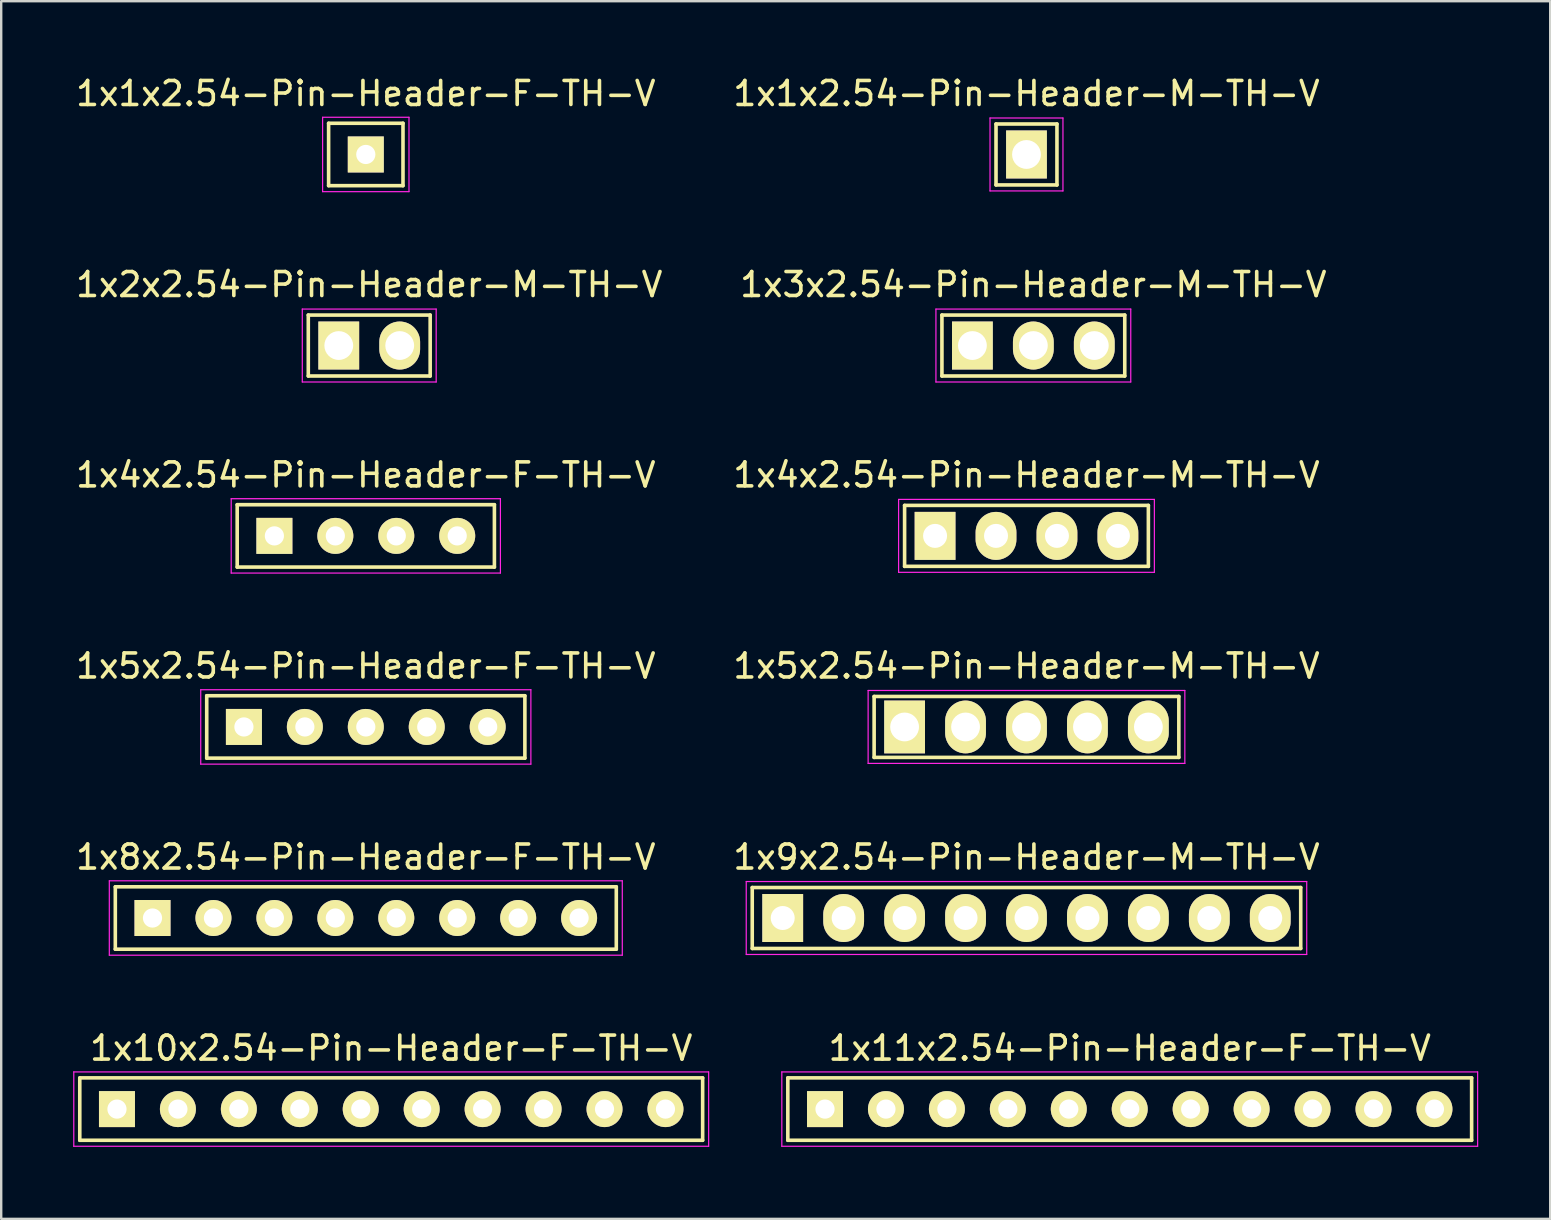
<source format=kicad_pcb>
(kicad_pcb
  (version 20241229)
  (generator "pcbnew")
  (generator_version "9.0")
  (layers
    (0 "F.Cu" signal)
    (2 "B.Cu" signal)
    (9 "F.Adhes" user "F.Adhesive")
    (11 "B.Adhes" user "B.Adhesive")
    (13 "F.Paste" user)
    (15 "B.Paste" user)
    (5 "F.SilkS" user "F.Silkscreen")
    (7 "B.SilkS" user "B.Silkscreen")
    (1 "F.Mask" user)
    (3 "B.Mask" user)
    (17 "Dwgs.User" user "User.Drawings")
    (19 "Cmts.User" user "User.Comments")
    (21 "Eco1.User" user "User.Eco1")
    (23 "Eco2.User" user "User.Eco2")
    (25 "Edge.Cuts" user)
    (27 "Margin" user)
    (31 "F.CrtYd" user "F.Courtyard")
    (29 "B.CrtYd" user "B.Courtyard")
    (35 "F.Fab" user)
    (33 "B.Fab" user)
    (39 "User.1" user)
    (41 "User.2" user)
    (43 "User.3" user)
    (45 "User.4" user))
  (footprint "1x3x2.54-Pin-Header-M-TH-V"
    (layer "F.Cu")
    (at 40.018 11.351)
    (property "Reference" "1x3x2.54-Pin-Header-M-TH-V" (at 0 -2.54 0) (layer "F.SilkS") (effects (font (size 1 1) (thickness 0.15))))
    (attr through_hole)
    (fp_line (start -3.81 -1.27) (end 3.81 -1.27) (stroke (width 0.15) (type solid)) (layer "F.SilkS"))
    (fp_line (start -3.81 1.27) (end -3.81 -1.27) (stroke (width 0.15) (type solid)) (layer "F.SilkS"))
    (fp_line (start 3.81 -1.27) (end 3.81 1.27) (stroke (width 0.15) (type solid)) (layer "F.SilkS"))
    (fp_line (start 3.81 1.27) (end -3.81 1.27) (stroke (width 0.15) (type solid)) (layer "F.SilkS"))
    (fp_line (start -4.06 -1.52) (end 4.06 -1.52) (stroke (width 0.05) (type solid)) (layer "F.CrtYd"))
    (fp_line (start -4.06 1.52) (end -4.06 -1.52) (stroke (width 0.05) (type solid)) (layer "F.CrtYd"))
    (fp_line (start 4.06 -1.52) (end 4.06 1.52) (stroke (width 0.05) (type solid)) (layer "F.CrtYd"))
    (fp_line (start 4.06 1.52) (end -4.06 1.52) (stroke (width 0.05) (type solid)) (layer "F.CrtYd"))
    (pad "1" thru_hole rect (at -2.54 0) (size 1.7 2) (drill 1.2) (layers "*.Cu" "*.Mask" "F.SilkS"))
    (pad "2" thru_hole oval (at 0 0) (size 1.7 2) (drill 1.2) (layers "*.Cu" "*.Mask" "F.SilkS"))
    (pad "3" thru_hole oval (at 2.54 0) (size 1.7 2) (drill 1.2) (layers "*.Cu" "*.Mask" "F.SilkS")))
  (footprint "1x1x2.54-Pin-Header-M-TH-V"
    (layer "F.Cu")
    (at 39.732 3.388)
    (property "Reference" "1x1x2.54-Pin-Header-M-TH-V" (at 0 -2.54 0) (layer "F.SilkS") (effects (font (size 1 1) (thickness 0.15))))
    (attr through_hole)
    (fp_line (start -1.27 -1.27) (end 1.27 -1.27) (stroke (width 0.15) (type solid)) (layer "F.SilkS"))
    (fp_line (start -1.27 1.27) (end -1.27 -1.27) (stroke (width 0.15) (type solid)) (layer "F.SilkS"))
    (fp_line (start 1.27 -1.27) (end 1.27 1.27) (stroke (width 0.15) (type solid)) (layer "F.SilkS"))
    (fp_line (start 1.27 1.27) (end -1.27 1.27) (stroke (width 0.15) (type solid)) (layer "F.SilkS"))
    (fp_line (start -1.52 -1.52) (end 1.52 -1.52) (stroke (width 0.05) (type solid)) (layer "F.CrtYd"))
    (fp_line (start -1.52 1.52) (end -1.52 -1.52) (stroke (width 0.05) (type solid)) (layer "F.CrtYd"))
    (fp_line (start 1.52 -1.52) (end 1.52 1.52) (stroke (width 0.05) (type solid)) (layer "F.CrtYd"))
    (fp_line (start 1.52 1.52) (end -1.52 1.52) (stroke (width 0.05) (type solid)) (layer "F.CrtYd"))
    (pad "1" thru_hole rect (at 0 0) (size 1.7 2) (drill 1.2) (layers "*.Cu" "*.Mask" "F.SilkS")))
  (footprint "1x10x2.54-Pin-Header-F-TH-V"
    (layer "F.Cu")
    (at 13.255 43.175)
    (property "Reference" "1x10x2.54-Pin-Header-F-TH-V" (at 0 -2.54 0) (layer "F.SilkS") (effects (font (size 1 1) (thickness 0.15))))
    (attr through_hole)
    (fp_line (start -12.98 -1.3) (end 12.98 -1.3) (stroke (width 0.15) (type solid)) (layer "F.SilkS"))
    (fp_line (start -12.98 1.3) (end -12.98 -1.3) (stroke (width 0.15) (type solid)) (layer "F.SilkS"))
    (fp_line (start 12.98 -1.3) (end 12.98 1.3) (stroke (width 0.15) (type solid)) (layer "F.SilkS"))
    (fp_line (start 12.98 1.3) (end -12.98 1.3) (stroke (width 0.15) (type solid)) (layer "F.SilkS"))
    (fp_line (start -13.23 -1.55) (end 13.23 -1.55) (stroke (width 0.05) (type solid)) (layer "F.CrtYd"))
    (fp_line (start -13.23 1.55) (end -13.23 -1.55) (stroke (width 0.05) (type solid)) (layer "F.CrtYd"))
    (fp_line (start 13.23 -1.55) (end 13.23 1.55) (stroke (width 0.05) (type solid)) (layer "F.CrtYd"))
    (fp_line (start 13.23 1.55) (end -13.23 1.55) (stroke (width 0.05) (type solid)) (layer "F.CrtYd"))
    (pad "1" thru_hole rect (at -11.43 0) (size 1.5 1.5) (drill 0.8) (layers "*.Cu" "*.Mask" "F.SilkS"))
    (pad "2" thru_hole circle (at -8.89 0) (size 1.5 1.5) (drill 0.8) (layers "*.Cu" "*.Mask" "F.SilkS"))
    (pad "3" thru_hole circle (at -6.35 0) (size 1.5 1.5) (drill 0.8) (layers "*.Cu" "*.Mask" "F.SilkS"))
    (pad "4" thru_hole circle (at -3.81 0) (size 1.5 1.5) (drill 0.8) (layers "*.Cu" "*.Mask" "F.SilkS"))
    (pad "5" thru_hole circle (at -1.27 0) (size 1.5 1.5) (drill 0.8) (layers "*.Cu" "*.Mask" "F.SilkS"))
    (pad "6" thru_hole circle (at 1.27 0) (size 1.5 1.5) (drill 0.8) (layers "*.Cu" "*.Mask" "F.SilkS"))
    (pad "7" thru_hole circle (at 3.81 0) (size 1.5 1.5) (drill 0.8) (layers "*.Cu" "*.Mask" "F.SilkS"))
    (pad "8" thru_hole circle (at 6.35 0) (size 1.5 1.5) (drill 0.8) (layers "*.Cu" "*.Mask" "F.SilkS"))
    (pad "9" thru_hole circle (at 8.89 0) (size 1.5 1.5) (drill 0.8) (layers "*.Cu" "*.Mask" "F.SilkS"))
    (pad "10" thru_hole circle (at 11.43 0) (size 1.5 1.5) (drill 0.8) (layers "*.Cu" "*.Mask" "F.SilkS")))
  (footprint "1x5x2.54-Pin-Header-M-TH-V"
    (layer "F.Cu")
    (at 39.732 27.248)
    (property "Reference" "1x5x2.54-Pin-Header-M-TH-V" (at 0 -2.54 0) (layer "F.SilkS") (effects (font (size 1 1) (thickness 0.15))))
    (attr through_hole)
    (fp_line (start -6.35 -1.27) (end 6.35 -1.27) (stroke (width 0.15) (type solid)) (layer "F.SilkS"))
    (fp_line (start -6.35 1.27) (end -6.35 -1.27) (stroke (width 0.15) (type solid)) (layer "F.SilkS"))
    (fp_line (start 6.35 -1.27) (end 6.35 1.27) (stroke (width 0.15) (type solid)) (layer "F.SilkS"))
    (fp_line (start 6.35 1.27) (end -6.35 1.27) (stroke (width 0.15) (type solid)) (layer "F.SilkS"))
    (fp_line (start -6.6 -1.52) (end 6.6 -1.52) (stroke (width 0.05) (type solid)) (layer "F.CrtYd"))
    (fp_line (start -6.6 1.52) (end -6.6 -1.52) (stroke (width 0.05) (type solid)) (layer "F.CrtYd"))
    (fp_line (start 6.6 -1.52) (end 6.6 1.52) (stroke (width 0.05) (type solid)) (layer "F.CrtYd"))
    (fp_line (start 6.6 1.52) (end -6.6 1.52) (stroke (width 0.05) (type solid)) (layer "F.CrtYd"))
    (pad "1" thru_hole rect (at -5.08 0) (size 1.7 2.2) (drill 1.2) (layers "*.Cu" "*.Mask" "F.SilkS"))
    (pad "2" thru_hole oval (at -2.54 0) (size 1.7 2.2) (drill 1.2) (layers "*.Cu" "*.Mask" "F.SilkS"))
    (pad "3" thru_hole oval (at 0 0) (size 1.7 2.2) (drill 1.2) (layers "*.Cu" "*.Mask" "F.SilkS"))
    (pad "4" thru_hole oval (at 2.54 0) (size 1.7 2.2) (drill 1.2) (layers "*.Cu" "*.Mask" "F.SilkS"))
    (pad "5" thru_hole oval (at 5.08 0) (size 1.7 2.2) (drill 1.2) (layers "*.Cu" "*.Mask" "F.SilkS")))
  (footprint "1x1x2.54-Pin-Header-F-TH-V"
    (layer "F.Cu")
    (at 12.196 3.388)
    (property "Reference" "1x1x2.54-Pin-Header-F-TH-V" (at 0 -2.54 0) (layer "F.SilkS") (effects (font (size 1 1) (thickness 0.15))))
    (attr through_hole)
    (fp_line (start -1.55 -1.3) (end 1.55 -1.3) (stroke (width 0.15) (type solid)) (layer "F.SilkS"))
    (fp_line (start -1.55 1.3) (end -1.55 -1.3) (stroke (width 0.15) (type solid)) (layer "F.SilkS"))
    (fp_line (start 1.55 -1.3) (end 1.55 1.3) (stroke (width 0.15) (type solid)) (layer "F.SilkS"))
    (fp_line (start 1.55 1.3) (end -1.55 1.3) (stroke (width 0.15) (type solid)) (layer "F.SilkS"))
    (fp_line (start -1.8 -1.55) (end 1.8 -1.55) (stroke (width 0.05) (type solid)) (layer "F.CrtYd"))
    (fp_line (start -1.8 1.55) (end -1.8 -1.55) (stroke (width 0.05) (type solid)) (layer "F.CrtYd"))
    (fp_line (start 1.8 -1.55) (end 1.8 1.55) (stroke (width 0.05) (type solid)) (layer "F.CrtYd"))
    (fp_line (start 1.8 1.55) (end -1.8 1.55) (stroke (width 0.05) (type solid)) (layer "F.CrtYd"))
    (pad "1" thru_hole rect (at 0 0) (size 1.5 1.5) (drill 0.8) (layers "*.Cu" "*.Mask" "F.SilkS")))
  (footprint "1x5x2.54-Pin-Header-F-TH-V"
    (layer "F.Cu")
    (at 12.196 27.248)
    (property "Reference" "1x5x2.54-Pin-Header-F-TH-V" (at 0 -2.54 0) (layer "F.SilkS") (effects (font (size 1 1) (thickness 0.15))))
    (attr through_hole)
    (fp_line (start -6.63 -1.3) (end 6.63 -1.3) (stroke (width 0.15) (type solid)) (layer "F.SilkS"))
    (fp_line (start -6.63 1.3) (end -6.63 -1.3) (stroke (width 0.15) (type solid)) (layer "F.SilkS"))
    (fp_line (start 6.63 -1.3) (end 6.63 1.3) (stroke (width 0.15) (type solid)) (layer "F.SilkS"))
    (fp_line (start 6.63 1.3) (end -6.63 1.3) (stroke (width 0.15) (type solid)) (layer "F.SilkS"))
    (fp_line (start -6.88 -1.55) (end 6.88 -1.55) (stroke (width 0.05) (type solid)) (layer "F.CrtYd"))
    (fp_line (start -6.88 1.55) (end -6.88 -1.55) (stroke (width 0.05) (type solid)) (layer "F.CrtYd"))
    (fp_line (start 6.88 -1.55) (end 6.88 1.55) (stroke (width 0.05) (type solid)) (layer "F.CrtYd"))
    (fp_line (start 6.88 1.55) (end -6.88 1.55) (stroke (width 0.05) (type solid)) (layer "F.CrtYd"))
    (pad "1" thru_hole rect (at -5.08 0) (size 1.5 1.5) (drill 0.8) (layers "*.Cu" "*.Mask" "F.SilkS"))
    (pad "2" thru_hole circle (at -2.54 0) (size 1.5 1.5) (drill 0.8) (layers "*.Cu" "*.Mask" "F.SilkS"))
    (pad "3" thru_hole circle (at 0 0) (size 1.5 1.5) (drill 0.8) (layers "*.Cu" "*.Mask" "F.SilkS"))
    (pad "4" thru_hole circle (at 2.54 0) (size 1.5 1.5) (drill 0.8) (layers "*.Cu" "*.Mask" "F.SilkS"))
    (pad "5" thru_hole circle (at 5.08 0) (size 1.5 1.5) (drill 0.8) (layers "*.Cu" "*.Mask" "F.SilkS")))
  (footprint "1x4x2.54-Pin-Header-F-TH-V"
    (layer "F.Cu")
    (at 12.196 19.285)
    (property "Reference" "1x4x2.54-Pin-Header-F-TH-V" (at 0 -2.54 0) (layer "F.SilkS") (effects (font (size 1 1) (thickness 0.15))))
    (attr through_hole)
    (fp_line (start -5.36 -1.3) (end 5.36 -1.3) (stroke (width 0.15) (type solid)) (layer "F.SilkS"))
    (fp_line (start -5.36 1.3) (end -5.36 -1.3) (stroke (width 0.15) (type solid)) (layer "F.SilkS"))
    (fp_line (start 5.36 -1.3) (end 5.36 1.3) (stroke (width 0.15) (type solid)) (layer "F.SilkS"))
    (fp_line (start 5.36 1.3) (end -5.36 1.3) (stroke (width 0.15) (type solid)) (layer "F.SilkS"))
    (fp_line (start -5.61 -1.55) (end 5.61 -1.55) (stroke (width 0.05) (type solid)) (layer "F.CrtYd"))
    (fp_line (start -5.61 1.55) (end -5.61 -1.55) (stroke (width 0.05) (type solid)) (layer "F.CrtYd"))
    (fp_line (start 5.61 -1.55) (end 5.61 1.55) (stroke (width 0.05) (type solid)) (layer "F.CrtYd"))
    (fp_line (start 5.61 1.55) (end -5.61 1.55) (stroke (width 0.05) (type solid)) (layer "F.CrtYd"))
    (pad "1" thru_hole rect (at -3.81 0) (size 1.5 1.5) (drill 0.8) (layers "*.Cu" "*.Mask" "F.SilkS"))
    (pad "2" thru_hole circle (at -1.27 0) (size 1.5 1.5) (drill 0.8) (layers "*.Cu" "*.Mask" "F.SilkS"))
    (pad "3" thru_hole circle (at 1.27 0) (size 1.5 1.5) (drill 0.8) (layers "*.Cu" "*.Mask" "F.SilkS"))
    (pad "4" thru_hole circle (at 3.81 0) (size 1.5 1.5) (drill 0.8) (layers "*.Cu" "*.Mask" "F.SilkS")))
  (footprint "1x11x2.54-Pin-Header-F-TH-V"
    (layer "F.Cu")
    (at 44.035 43.175)
    (property "Reference" "1x11x2.54-Pin-Header-F-TH-V" (at 0 -2.54 0) (layer "F.SilkS") (effects (font (size 1 1) (thickness 0.15))))
    (attr through_hole)
    (fp_line (start -14.25 -1.3) (end 14.25 -1.3) (stroke (width 0.15) (type solid)) (layer "F.SilkS"))
    (fp_line (start -14.25 1.3) (end -14.25 -1.3) (stroke (width 0.15) (type solid)) (layer "F.SilkS"))
    (fp_line (start 14.25 -1.3) (end 14.25 1.3) (stroke (width 0.15) (type solid)) (layer "F.SilkS"))
    (fp_line (start 14.25 1.3) (end -14.25 1.3) (stroke (width 0.15) (type solid)) (layer "F.SilkS"))
    (fp_line (start -14.5 -1.55) (end 14.5 -1.55) (stroke (width 0.05) (type solid)) (layer "F.CrtYd"))
    (fp_line (start -14.5 1.55) (end -14.5 -1.55) (stroke (width 0.05) (type solid)) (layer "F.CrtYd"))
    (fp_line (start 14.5 -1.55) (end 14.5 1.55) (stroke (width 0.05) (type solid)) (layer "F.CrtYd"))
    (fp_line (start 14.5 1.55) (end -14.5 1.55) (stroke (width 0.05) (type solid)) (layer "F.CrtYd"))
    (pad "1" thru_hole rect (at -12.7 0) (size 1.5 1.5) (drill 0.8) (layers "*.Cu" "*.Mask" "F.SilkS"))
    (pad "2" thru_hole circle (at -10.16 0) (size 1.5 1.5) (drill 0.8) (layers "*.Cu" "*.Mask" "F.SilkS"))
    (pad "3" thru_hole circle (at -7.62 0) (size 1.5 1.5) (drill 0.8) (layers "*.Cu" "*.Mask" "F.SilkS"))
    (pad "4" thru_hole circle (at -5.08 0) (size 1.5 1.5) (drill 0.8) (layers "*.Cu" "*.Mask" "F.SilkS"))
    (pad "5" thru_hole circle (at -2.54 0) (size 1.5 1.5) (drill 0.8) (layers "*.Cu" "*.Mask" "F.SilkS"))
    (pad "6" thru_hole circle (at 0 0) (size 1.5 1.5) (drill 0.8) (layers "*.Cu" "*.Mask" "F.SilkS"))
    (pad "7" thru_hole circle (at 2.54 0) (size 1.5 1.5) (drill 0.8) (layers "*.Cu" "*.Mask" "F.SilkS"))
    (pad "8" thru_hole circle (at 5.08 0) (size 1.5 1.5) (drill 0.8) (layers "*.Cu" "*.Mask" "F.SilkS"))
    (pad "9" thru_hole circle (at 7.62 0) (size 1.5 1.5) (drill 0.8) (layers "*.Cu" "*.Mask" "F.SilkS"))
    (pad "10" thru_hole circle (at 10.16 0) (size 1.5 1.5) (drill 0.8) (layers "*.Cu" "*.Mask" "F.SilkS"))
    (pad "11" thru_hole circle (at 12.7 0) (size 1.5 1.5) (drill 0.8) (layers "*.Cu" "*.Mask" "F.SilkS")))
  (footprint "1x2x2.54-Pin-Header-M-TH-V"
    (layer "F.Cu")
    (at 12.339 11.351)
    (property "Reference" "1x2x2.54-Pin-Header-M-TH-V" (at 0 -2.54 0) (layer "F.SilkS") (effects (font (size 1 1) (thickness 0.15))))
    (attr through_hole)
    (fp_line (start -2.54 -1.27) (end 2.54 -1.27) (stroke (width 0.15) (type solid)) (layer "F.SilkS"))
    (fp_line (start -2.54 1.27) (end -2.54 -1.27) (stroke (width 0.15) (type solid)) (layer "F.SilkS"))
    (fp_line (start 2.54 -1.27) (end 2.54 1.27) (stroke (width 0.15) (type solid)) (layer "F.SilkS"))
    (fp_line (start 2.54 1.27) (end -2.54 1.27) (stroke (width 0.15) (type solid)) (layer "F.SilkS"))
    (fp_line (start -2.79 -1.52) (end 2.79 -1.52) (stroke (width 0.05) (type solid)) (layer "F.CrtYd"))
    (fp_line (start -2.79 1.52) (end -2.79 -1.52) (stroke (width 0.05) (type solid)) (layer "F.CrtYd"))
    (fp_line (start 2.79 -1.52) (end 2.79 1.52) (stroke (width 0.05) (type solid)) (layer "F.CrtYd"))
    (fp_line (start 2.79 1.52) (end -2.79 1.52) (stroke (width 0.05) (type solid)) (layer "F.CrtYd"))
    (pad "1" thru_hole rect (at -1.27 0) (size 1.7 2) (drill 1.2) (layers "*.Cu" "*.Mask" "F.SilkS"))
    (pad "2" thru_hole oval (at 1.27 0) (size 1.7 2) (drill 1.2) (layers "*.Cu" "*.Mask" "F.SilkS")))
  (footprint "1x4x2.54-Pin-Header-M-TH-V"
    (layer "F.Cu")
    (at 39.732 19.285)
    (property "Reference" "1x4x2.54-Pin-Header-M-TH-V" (at 0 -2.54 0) (layer "F.SilkS") (effects (font (size 1 1) (thickness 0.15))))
    (attr through_hole)
    (fp_line (start -5.08 -1.27) (end 5.08 -1.27) (stroke (width 0.15) (type solid)) (layer "F.SilkS"))
    (fp_line (start -5.08 1.27) (end -5.08 -1.27) (stroke (width 0.15) (type solid)) (layer "F.SilkS"))
    (fp_line (start 5.08 -1.27) (end 5.08 1.27) (stroke (width 0.15) (type solid)) (layer "F.SilkS"))
    (fp_line (start 5.08 1.27) (end -5.08 1.27) (stroke (width 0.15) (type solid)) (layer "F.SilkS"))
    (fp_line (start -5.33 -1.52) (end 5.33 -1.52) (stroke (width 0.05) (type solid)) (layer "F.CrtYd"))
    (fp_line (start -5.33 1.52) (end -5.33 -1.52) (stroke (width 0.05) (type solid)) (layer "F.CrtYd"))
    (fp_line (start 5.33 -1.52) (end 5.33 1.52) (stroke (width 0.05) (type solid)) (layer "F.CrtYd"))
    (fp_line (start 5.33 1.52) (end -5.33 1.52) (stroke (width 0.05) (type solid)) (layer "F.CrtYd"))
    (pad "1" thru_hole rect (at -3.81 0) (size 1.7 2) (drill 1) (layers "*.Cu" "*.Mask" "F.SilkS"))
    (pad "2" thru_hole oval (at -1.27 0) (size 1.7 2) (drill 1) (layers "*.Cu" "*.Mask" "F.SilkS"))
    (pad "3" thru_hole oval (at 1.27 0) (size 1.7 2) (drill 1) (layers "*.Cu" "*.Mask" "F.SilkS"))
    (pad "4" thru_hole oval (at 3.81 0) (size 1.7 2) (drill 1) (layers "*.Cu" "*.Mask" "F.SilkS")))
  (footprint "1x8x2.54-Pin-Header-F-TH-V"
    (layer "F.Cu")
    (at 12.196 35.211)
    (property "Reference" "1x8x2.54-Pin-Header-F-TH-V" (at 0 -2.54 0) (layer "F.SilkS") (effects (font (size 1 1) (thickness 0.15))))
    (attr through_hole)
    (fp_line (start -10.44 -1.3) (end 10.44 -1.3) (stroke (width 0.15) (type solid)) (layer "F.SilkS"))
    (fp_line (start -10.44 1.3) (end -10.44 -1.3) (stroke (width 0.15) (type solid)) (layer "F.SilkS"))
    (fp_line (start 10.44 -1.3) (end 10.44 1.3) (stroke (width 0.15) (type solid)) (layer "F.SilkS"))
    (fp_line (start 10.44 1.3) (end -10.44 1.3) (stroke (width 0.15) (type solid)) (layer "F.SilkS"))
    (fp_line (start -10.69 -1.55) (end 10.69 -1.55) (stroke (width 0.05) (type solid)) (layer "F.CrtYd"))
    (fp_line (start -10.69 1.55) (end -10.69 -1.55) (stroke (width 0.05) (type solid)) (layer "F.CrtYd"))
    (fp_line (start 10.69 -1.55) (end 10.69 1.55) (stroke (width 0.05) (type solid)) (layer "F.CrtYd"))
    (fp_line (start 10.69 1.55) (end -10.69 1.55) (stroke (width 0.05) (type solid)) (layer "F.CrtYd"))
    (pad "1" thru_hole rect (at -8.89 0) (size 1.5 1.5) (drill 0.8) (layers "*.Cu" "*.Mask" "F.SilkS"))
    (pad "2" thru_hole circle (at -6.35 0) (size 1.5 1.5) (drill 0.8) (layers "*.Cu" "*.Mask" "F.SilkS"))
    (pad "3" thru_hole circle (at -3.81 0) (size 1.5 1.5) (drill 0.8) (layers "*.Cu" "*.Mask" "F.SilkS"))
    (pad "4" thru_hole circle (at -1.27 0) (size 1.5 1.5) (drill 0.8) (layers "*.Cu" "*.Mask" "F.SilkS"))
    (pad "5" thru_hole circle (at 1.27 0) (size 1.5 1.5) (drill 0.8) (layers "*.Cu" "*.Mask" "F.SilkS"))
    (pad "6" thru_hole circle (at 3.81 0) (size 1.5 1.5) (drill 0.8) (layers "*.Cu" "*.Mask" "F.SilkS"))
    (pad "7" thru_hole circle (at 6.35 0) (size 1.5 1.5) (drill 0.8) (layers "*.Cu" "*.Mask" "F.SilkS"))
    (pad "8" thru_hole circle (at 8.89 0) (size 1.5 1.5) (drill 0.8) (layers "*.Cu" "*.Mask" "F.SilkS")))
  (footprint "1x9x2.54-Pin-Header-M-TH-V"
    (layer "F.Cu")
    (at 39.732 35.211)
    (property "Reference" "1x9x2.54-Pin-Header-M-TH-V" (at 0 -2.54 0) (layer "F.SilkS") (effects (font (size 1 1) (thickness 0.15))))
    (attr through_hole)
    (fp_line (start -11.43 -1.27) (end 11.43 -1.27) (stroke (width 0.15) (type solid)) (layer "F.SilkS"))
    (fp_line (start -11.43 1.27) (end -11.43 -1.27) (stroke (width 0.15) (type solid)) (layer "F.SilkS"))
    (fp_line (start 11.43 -1.27) (end 11.43 1.27) (stroke (width 0.15) (type solid)) (layer "F.SilkS"))
    (fp_line (start 11.43 1.27) (end -11.43 1.27) (stroke (width 0.15) (type solid)) (layer "F.SilkS"))
    (fp_line (start -11.68 -1.52) (end 11.68 -1.52) (stroke (width 0.05) (type solid)) (layer "F.CrtYd"))
    (fp_line (start -11.68 1.52) (end -11.68 -1.52) (stroke (width 0.05) (type solid)) (layer "F.CrtYd"))
    (fp_line (start 11.68 -1.52) (end 11.68 1.52) (stroke (width 0.05) (type solid)) (layer "F.CrtYd"))
    (fp_line (start 11.68 1.52) (end -11.68 1.52) (stroke (width 0.05) (type solid)) (layer "F.CrtYd"))
    (pad "1" thru_hole rect (at -10.16 0) (size 1.7 2) (drill 1) (layers "*.Cu" "*.Mask" "F.SilkS"))
    (pad "2" thru_hole oval (at -7.62 0) (size 1.7 2) (drill 1) (layers "*.Cu" "*.Mask" "F.SilkS"))
    (pad "3" thru_hole oval (at -5.08 0) (size 1.7 2) (drill 1) (layers "*.Cu" "*.Mask" "F.SilkS"))
    (pad "4" thru_hole oval (at -2.54 0) (size 1.7 2) (drill 1) (layers "*.Cu" "*.Mask" "F.SilkS"))
    (pad "5" thru_hole oval (at 0 0) (size 1.7 2) (drill 1) (layers "*.Cu" "*.Mask" "F.SilkS"))
    (pad "6" thru_hole oval (at 2.54 0) (size 1.7 2) (drill 1) (layers "*.Cu" "*.Mask" "F.SilkS"))
    (pad "7" thru_hole oval (at 5.08 0) (size 1.7 2) (drill 1) (layers "*.Cu" "*.Mask" "F.SilkS"))
    (pad "8" thru_hole oval (at 7.62 0) (size 1.7 2) (drill 1) (layers "*.Cu" "*.Mask" "F.SilkS"))
    (pad "9" thru_hole oval (at 10.16 0) (size 1.7 2) (drill 1) (layers "*.Cu" "*.Mask" "F.SilkS")))
  (gr_rect
    (start -3 -3)
    (end 61.56 47.749)
    (stroke (width 0.1) (type default))
    (fill no)
    (layer "Edge.Cuts")))
</source>
